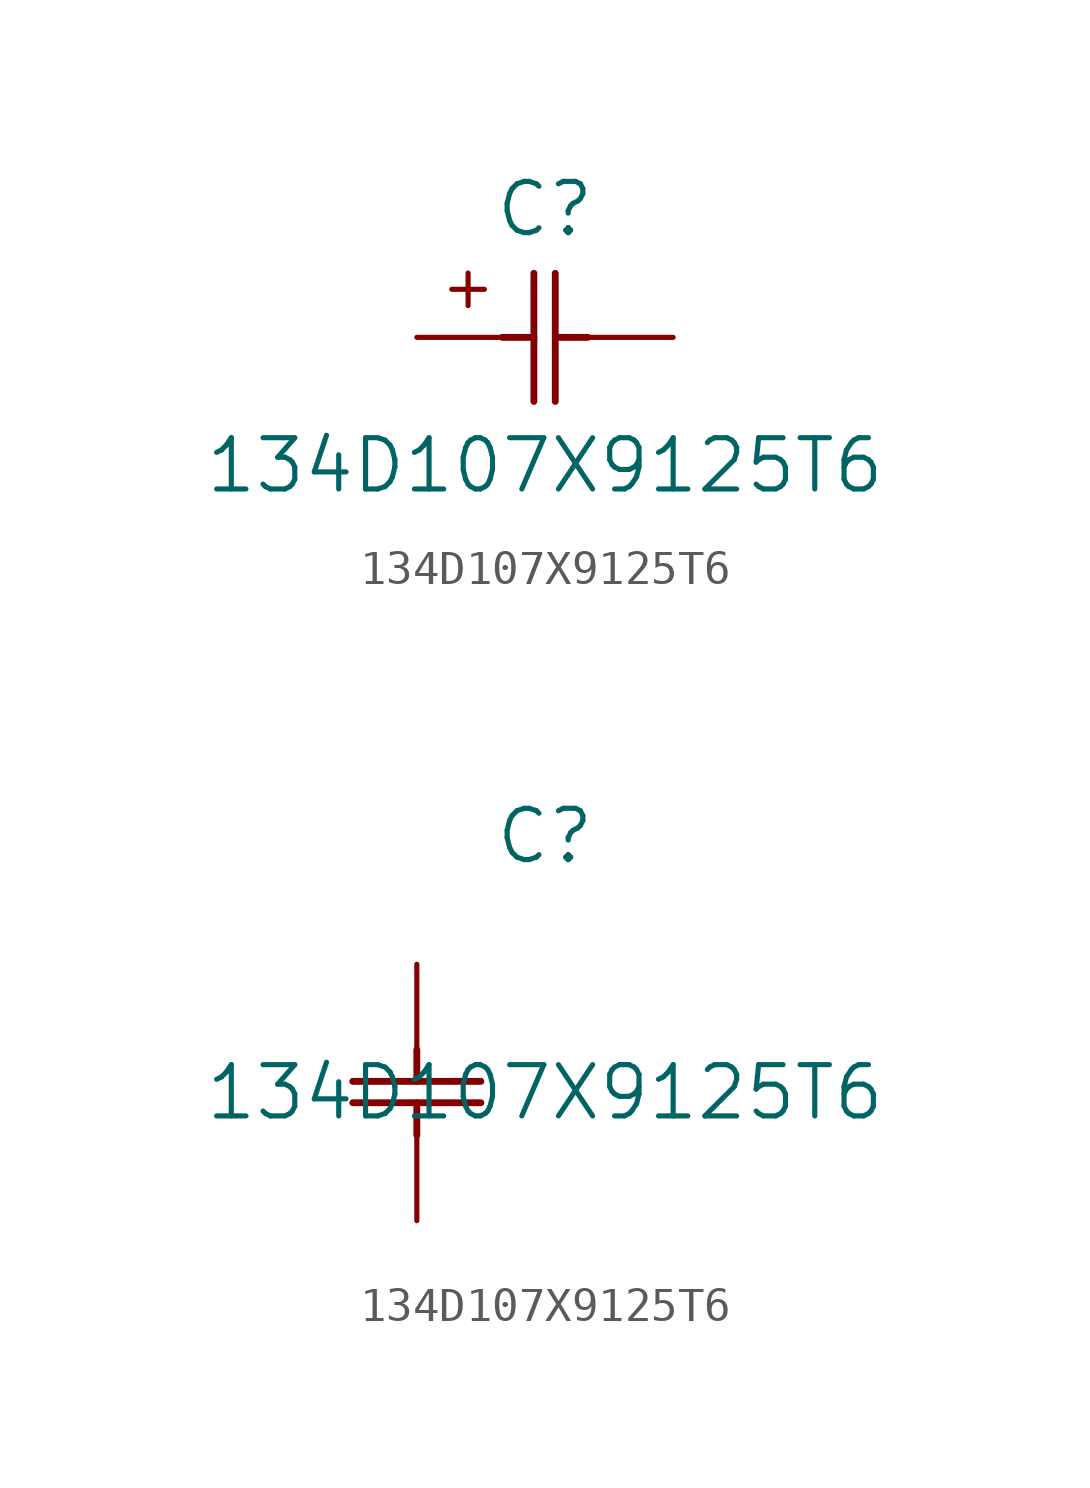
<source format=kicad_sym>
(kicad_symbol_lib
  (version 20231120)
  (generator "kicad_symbol_editor")
  (generator_version "8.0")
  (symbol "134D107X9125T6"
    (pin_numbers hide)
    (pin_names
      (offset 0.254) hide)
    (property "Reference" "C"
      (at 3.81 3.81 0)
      (effects (font (size 1.524 1.524))))
    (property "Value" "134D107X9125T6"
      (at 3.81 -3.81 0)
      (effects (font (size 1.524 1.524))))
    (symbol "134D107X9125T6_1_1"
      (polyline (pts (xy 2.54 0) (xy 3.48 0)) (stroke (width 0.203) (type default)) (fill (type none)))
      (polyline (pts (xy 3.48 -1.905) (xy 3.48 1.905)) (stroke (width 0.203) (type default)) (fill (type none)))
      (polyline (pts (xy 4.115 -1.905) (xy 4.115 1.905)) (stroke (width 0.203) (type default)) (fill (type none)))
      (polyline (pts (xy 4.115 0) (xy 5.08 0)) (stroke (width 0.203) (type default)) (fill (type none)))
      (text "+" (at 1.524 1.524 0) (effects (font (size 1.27 1.27))))
      (pin unspecified line (at 0 0 0) (length 2.54) (name "" (effects (font (size 1.27 1.27)))) (number "1" (effects (font (size 1.27 1.27)))))
      (pin unspecified line (at 7.62 0 180) (length 2.54) (name "" (effects (font (size 1.27 1.27)))) (number "2" (effects (font (size 1.27 1.27))))))
    (symbol "134D107X9125T6_1_2"
      (polyline (pts (xy -1.905 -4.115) (xy 1.905 -4.115)) (stroke (width 0.203) (type default)) (fill (type none)))
      (polyline (pts (xy -1.905 -3.48) (xy 1.905 -3.48)) (stroke (width 0.203) (type default)) (fill (type none)))
      (polyline (pts (xy 0 -4.115) (xy 0 -5.08)) (stroke (width 0.203) (type default)) (fill (type none)))
      (polyline (pts (xy 0 -2.54) (xy 0 -3.48)) (stroke (width 0.203) (type default)) (fill (type none)))
      (pin unspecified line (at 0 0 270) (length 2.54) (name "" (effects (font (size 1.27 1.27)))) (number "1" (effects (font (size 1.27 1.27)))))
      (pin unspecified line (at 0 -7.62 90) (length 2.54) (name "" (effects (font (size 1.27 1.27)))) (number "2" (effects (font (size 1.27 1.27))))))))
</source>
